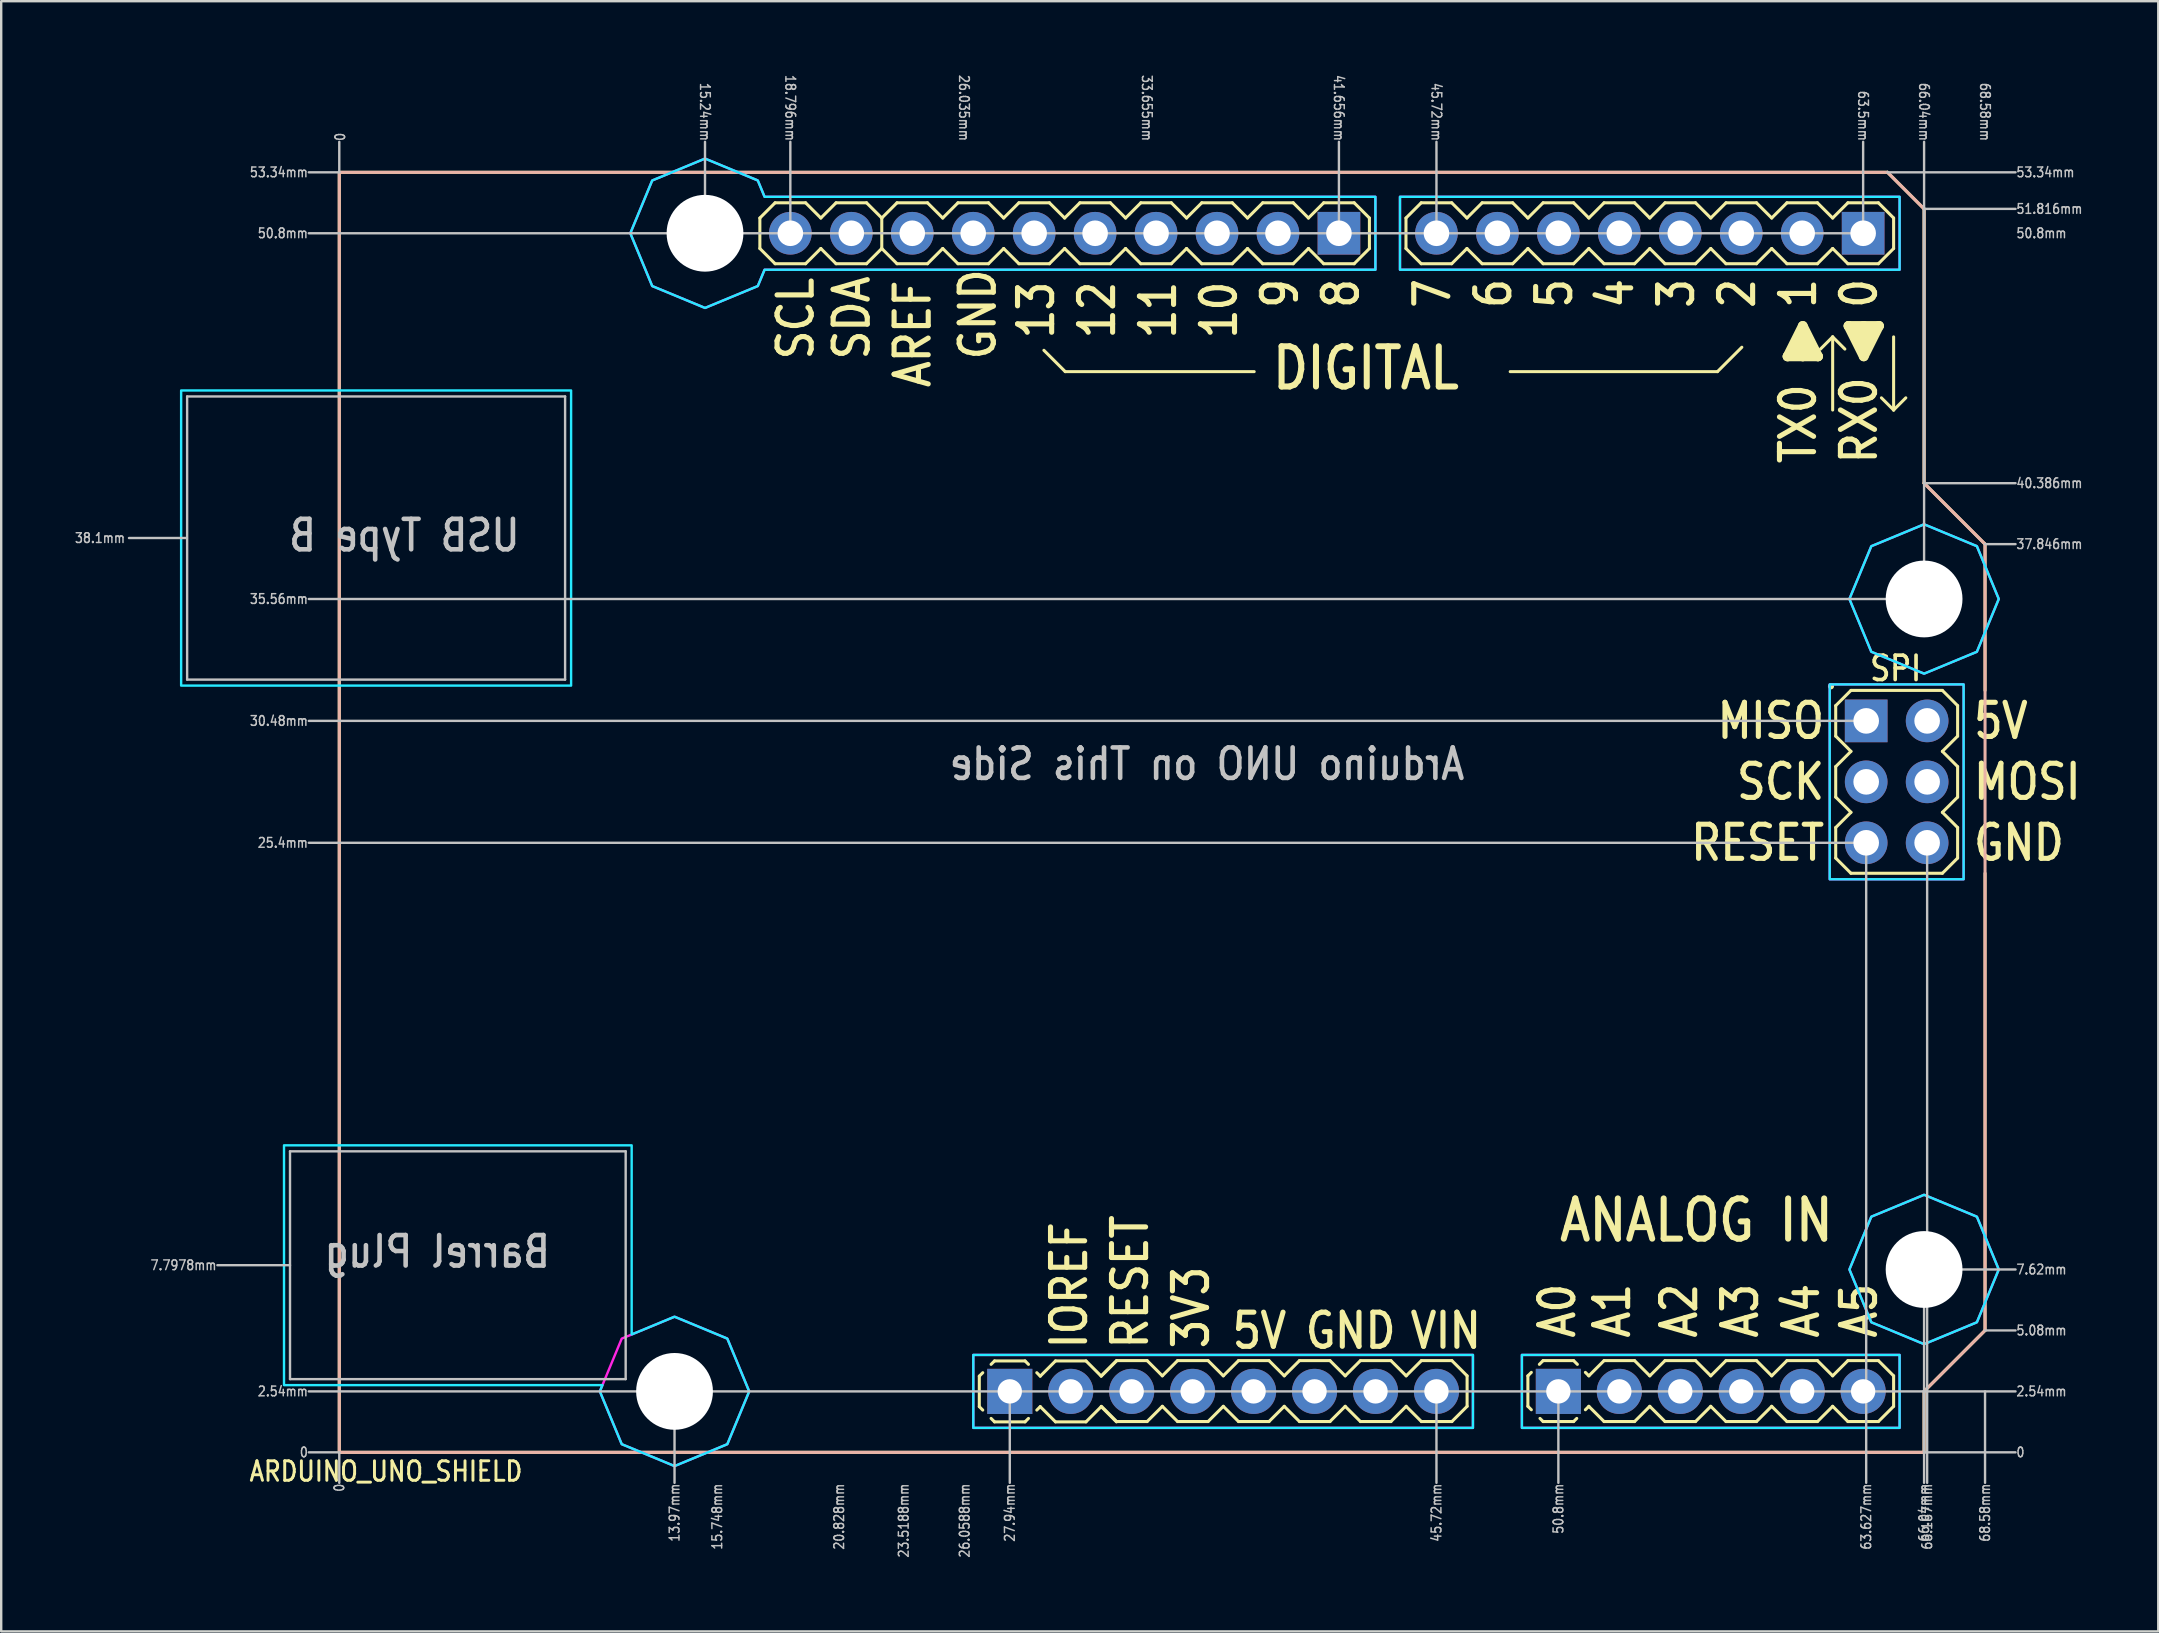
<source format=kicad_pcb>
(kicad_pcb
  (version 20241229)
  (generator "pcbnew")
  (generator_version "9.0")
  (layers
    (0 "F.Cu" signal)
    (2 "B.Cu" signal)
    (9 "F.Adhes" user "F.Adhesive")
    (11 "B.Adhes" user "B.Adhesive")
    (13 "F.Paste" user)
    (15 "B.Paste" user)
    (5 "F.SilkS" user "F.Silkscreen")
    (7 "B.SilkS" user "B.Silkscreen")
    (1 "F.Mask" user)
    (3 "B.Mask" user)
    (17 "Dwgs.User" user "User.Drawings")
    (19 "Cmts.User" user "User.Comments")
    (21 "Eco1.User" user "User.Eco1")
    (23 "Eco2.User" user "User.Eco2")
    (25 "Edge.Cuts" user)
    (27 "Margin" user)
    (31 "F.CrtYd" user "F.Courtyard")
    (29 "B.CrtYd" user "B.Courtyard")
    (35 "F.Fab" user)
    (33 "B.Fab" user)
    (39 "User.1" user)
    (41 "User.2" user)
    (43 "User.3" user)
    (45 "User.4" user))
  (footprint "ARDUINO_UNO_SHIELD"
    (layer "F.Cu")
    (at 11.088 57.47)
    (property "Reference" "ARDUINO_UNO_SHIELD" (at -3.81 1.27 0) (unlocked yes) (layer "F.SilkS") (effects (font (size 0.813 0.695) (thickness 0.122)) (justify left bottom)))
    (fp_circle (center 13.97 -2.54) (end 16.82 -2.54) (stroke (width 0) (type solid)) (fill yes) (layer "F.Mask"))
    (fp_circle (center 13.97 -2.54) (end 16.82 -2.54) (stroke (width 0) (type solid)) (fill yes) (layer "F.Mask"))
    (fp_circle (center 15.24 -50.8) (end 18.09 -50.8) (stroke (width 0) (type solid)) (fill yes) (layer "F.Mask"))
    (fp_circle (center 15.24 -50.8) (end 18.09 -50.8) (stroke (width 0) (type solid)) (fill yes) (layer "F.Mask"))
    (fp_circle (center 66.04 -35.56) (end 68.89 -35.56) (stroke (width 0) (type solid)) (fill yes) (layer "F.Mask"))
    (fp_circle (center 66.04 -35.56) (end 68.89 -35.56) (stroke (width 0) (type solid)) (fill yes) (layer "F.Mask"))
    (fp_circle (center 66.04 -7.62) (end 68.89 -7.62) (stroke (width 0) (type solid)) (fill yes) (layer "F.Mask"))
    (fp_circle (center 66.04 -7.62) (end 68.89 -7.62) (stroke (width 0) (type solid)) (fill yes) (layer "F.Mask"))
    (fp_circle (center 13.97 -2.54) (end 16.82 -2.54) (stroke (width 0) (type solid)) (fill yes) (layer "B.Mask"))
    (fp_circle (center 15.24 -50.8) (end 18.09 -50.8) (stroke (width 0) (type solid)) (fill yes) (layer "B.Mask"))
    (fp_circle (center 66.04 -35.56) (end 68.89 -35.56) (stroke (width 0) (type solid)) (fill yes) (layer "B.Mask"))
    (fp_circle (center 66.04 -7.62) (end 68.89 -7.62) (stroke (width 0) (type solid)) (fill yes) (layer "B.Mask"))
    (fp_line (start 0 -53.34) (end 64.516 -53.34) (stroke (width 0.127) (type solid)) (layer "F.SilkS"))
    (fp_line (start 0 0) (end 0 -53.34) (stroke (width 0.127) (type solid)) (layer "F.SilkS"))
    (fp_line (start 17.526 -51.435) (end 17.526 -50.165) (stroke (width 0.127) (type solid)) (layer "F.SilkS"))
    (fp_line (start 17.526 -50.165) (end 18.161 -49.53) (stroke (width 0.127) (type solid)) (layer "F.SilkS"))
    (fp_line (start 18.161 -52.07) (end 17.526 -51.435) (stroke (width 0.127) (type solid)) (layer "F.SilkS"))
    (fp_line (start 18.161 -49.53) (end 19.431 -49.53) (stroke (width 0.127) (type solid)) (layer "F.SilkS"))
    (fp_line (start 19.431 -52.07) (end 18.161 -52.07) (stroke (width 0.127) (type solid)) (layer "F.SilkS"))
    (fp_line (start 19.431 -49.53) (end 20.066 -50.165) (stroke (width 0.127) (type solid)) (layer "F.SilkS"))
    (fp_line (start 20.066 -51.435) (end 19.431 -52.07) (stroke (width 0.127) (type solid)) (layer "F.SilkS"))
    (fp_line (start 20.066 -50.165) (end 20.701 -49.53) (stroke (width 0.127) (type solid)) (layer "F.SilkS"))
    (fp_line (start 20.701 -52.07) (end 20.066 -51.435) (stroke (width 0.127) (type solid)) (layer "F.SilkS"))
    (fp_line (start 20.701 -49.53) (end 21.971 -49.53) (stroke (width 0.127) (type solid)) (layer "F.SilkS"))
    (fp_line (start 21.971 -52.07) (end 20.701 -52.07) (stroke (width 0.127) (type solid)) (layer "F.SilkS"))
    (fp_line (start 21.971 -49.53) (end 22.606 -50.165) (stroke (width 0.127) (type solid)) (layer "F.SilkS"))
    (fp_line (start 22.606 -51.435) (end 21.971 -52.07) (stroke (width 0.127) (type solid)) (layer "F.SilkS"))
    (fp_line (start 22.606 -51.435) (end 22.606 -50.165) (stroke (width 0.127) (type solid)) (layer "F.SilkS"))
    (fp_line (start 22.606 -50.165) (end 23.241 -49.53) (stroke (width 0.127) (type solid)) (layer "F.SilkS"))
    (fp_line (start 23.241 -52.07) (end 22.606 -51.435) (stroke (width 0.127) (type solid)) (layer "F.SilkS"))
    (fp_line (start 23.241 -49.53) (end 24.511 -49.53) (stroke (width 0.127) (type solid)) (layer "F.SilkS"))
    (fp_line (start 24.511 -52.07) (end 23.241 -52.07) (stroke (width 0.127) (type solid)) (layer "F.SilkS"))
    (fp_line (start 24.511 -49.53) (end 25.146 -50.165) (stroke (width 0.127) (type solid)) (layer "F.SilkS"))
    (fp_line (start 25.146 -51.435) (end 24.511 -52.07) (stroke (width 0.127) (type solid)) (layer "F.SilkS"))
    (fp_line (start 25.146 -50.165) (end 25.781 -49.53) (stroke (width 0.127) (type solid)) (layer "F.SilkS"))
    (fp_line (start 25.781 -52.07) (end 25.146 -51.435) (stroke (width 0.127) (type solid)) (layer "F.SilkS"))
    (fp_line (start 25.781 -49.53) (end 27.051 -49.53) (stroke (width 0.127) (type solid)) (layer "F.SilkS"))
    (fp_line (start 26.67 -3.175) (end 26.67 -1.905) (stroke (width 0.127) (type solid)) (layer "F.SilkS"))
    (fp_line (start 26.67 -1.905) (end 26.814 -1.761) (stroke (width 0.127) (type solid)) (layer "F.SilkS"))
    (fp_line (start 26.814 -3.319) (end 26.67 -3.175) (stroke (width 0.127) (type solid)) (layer "F.SilkS"))
    (fp_line (start 27.051 -52.07) (end 25.781 -52.07) (stroke (width 0.127) (type solid)) (layer "F.SilkS"))
    (fp_line (start 27.051 -49.53) (end 27.686 -50.165) (stroke (width 0.127) (type solid)) (layer "F.SilkS"))
    (fp_line (start 27.161 -1.414) (end 27.305 -1.27) (stroke (width 0.127) (type solid)) (layer "F.SilkS"))
    (fp_line (start 27.305 -3.81) (end 27.161 -3.666) (stroke (width 0.127) (type solid)) (layer "F.SilkS"))
    (fp_line (start 27.305 -3.81) (end 28.575 -3.81) (stroke (width 0.127) (type solid)) (layer "F.SilkS"))
    (fp_line (start 27.686 -51.435) (end 27.051 -52.07) (stroke (width 0.127) (type solid)) (layer "F.SilkS"))
    (fp_line (start 27.686 -50.165) (end 28.321 -49.53) (stroke (width 0.127) (type solid)) (layer "F.SilkS"))
    (fp_line (start 28.321 -52.07) (end 27.686 -51.435) (stroke (width 0.127) (type solid)) (layer "F.SilkS"))
    (fp_line (start 28.321 -49.53) (end 29.591 -49.53) (stroke (width 0.127) (type solid)) (layer "F.SilkS"))
    (fp_line (start 28.575 -3.81) (end 28.719 -3.666) (stroke (width 0.127) (type solid)) (layer "F.SilkS"))
    (fp_line (start 28.575 -1.27) (end 27.305 -1.27) (stroke (width 0.127) (type solid)) (layer "F.SilkS"))
    (fp_line (start 28.719 -1.414) (end 28.575 -1.27) (stroke (width 0.127) (type solid)) (layer "F.SilkS"))
    (fp_line (start 29.066 -3.319) (end 29.21 -3.175) (stroke (width 0.127) (type solid)) (layer "F.SilkS"))
    (fp_line (start 29.21 -3.175) (end 29.845 -3.81) (stroke (width 0.127) (type solid)) (layer "F.SilkS"))
    (fp_line (start 29.21 -1.905) (end 29.066 -1.761) (stroke (width 0.127) (type solid)) (layer "F.SilkS"))
    (fp_line (start 29.591 -52.07) (end 28.321 -52.07) (stroke (width 0.127) (type solid)) (layer "F.SilkS"))
    (fp_line (start 29.591 -49.53) (end 30.226 -50.165) (stroke (width 0.127) (type solid)) (layer "F.SilkS"))
    (fp_line (start 29.845 -3.81) (end 31.115 -3.81) (stroke (width 0.127) (type solid)) (layer "F.SilkS"))
    (fp_line (start 29.845 -1.27) (end 29.21 -1.905) (stroke (width 0.127) (type solid)) (layer "F.SilkS"))
    (fp_line (start 30.226 -51.435) (end 29.591 -52.07) (stroke (width 0.127) (type solid)) (layer "F.SilkS"))
    (fp_line (start 30.226 -50.165) (end 30.861 -49.53) (stroke (width 0.127) (type solid)) (layer "F.SilkS"))
    (fp_line (start 30.251 -45.034) (end 29.362 -45.923) (stroke (width 0.127) (type solid)) (layer "F.SilkS"))
    (fp_line (start 30.861 -52.07) (end 30.226 -51.435) (stroke (width 0.127) (type solid)) (layer "F.SilkS"))
    (fp_line (start 30.861 -49.53) (end 32.131 -49.53) (stroke (width 0.127) (type solid)) (layer "F.SilkS"))
    (fp_line (start 31.115 -3.81) (end 31.75 -3.175) (stroke (width 0.127) (type solid)) (layer "F.SilkS"))
    (fp_line (start 31.115 -1.27) (end 29.845 -1.27) (stroke (width 0.127) (type solid)) (layer "F.SilkS"))
    (fp_line (start 31.75 -3.175) (end 32.385 -3.81) (stroke (width 0.127) (type solid)) (layer "F.SilkS"))
    (fp_line (start 31.75 -1.905) (end 31.115 -1.27) (stroke (width 0.127) (type solid)) (layer "F.SilkS"))
    (fp_line (start 31.757 -1.918) (end 32.392 -1.283) (stroke (width 0.127) (type solid)) (layer "F.SilkS"))
    (fp_line (start 32.131 -52.07) (end 30.861 -52.07) (stroke (width 0.127) (type solid)) (layer "F.SilkS"))
    (fp_line (start 32.131 -49.53) (end 32.766 -50.165) (stroke (width 0.127) (type solid)) (layer "F.SilkS"))
    (fp_line (start 32.385 -1.27) (end 31.75 -1.905) (stroke (width 0.127) (type solid)) (layer "F.SilkS"))
    (fp_line (start 32.392 -3.823) (end 31.757 -3.188) (stroke (width 0.127) (type solid)) (layer "F.SilkS"))
    (fp_line (start 32.392 -3.823) (end 33.662 -3.823) (stroke (width 0.127) (type solid)) (layer "F.SilkS"))
    (fp_line (start 32.766 -51.435) (end 32.131 -52.07) (stroke (width 0.127) (type solid)) (layer "F.SilkS"))
    (fp_line (start 32.766 -50.165) (end 33.401 -49.53) (stroke (width 0.127) (type solid)) (layer "F.SilkS"))
    (fp_line (start 33.401 -52.07) (end 32.766 -51.435) (stroke (width 0.127) (type solid)) (layer "F.SilkS"))
    (fp_line (start 33.401 -49.53) (end 34.671 -49.53) (stroke (width 0.127) (type solid)) (layer "F.SilkS"))
    (fp_line (start 33.662 -3.823) (end 34.297 -3.188) (stroke (width 0.127) (type solid)) (layer "F.SilkS"))
    (fp_line (start 33.662 -1.283) (end 32.392 -1.283) (stroke (width 0.127) (type solid)) (layer "F.SilkS"))
    (fp_line (start 34.297 -3.188) (end 34.932 -3.823) (stroke (width 0.127) (type solid)) (layer "F.SilkS"))
    (fp_line (start 34.297 -1.918) (end 33.662 -1.283) (stroke (width 0.127) (type solid)) (layer "F.SilkS"))
    (fp_line (start 34.671 -52.07) (end 33.401 -52.07) (stroke (width 0.127) (type solid)) (layer "F.SilkS"))
    (fp_line (start 34.671 -49.53) (end 35.306 -50.165) (stroke (width 0.127) (type solid)) (layer "F.SilkS"))
    (fp_line (start 34.932 -3.823) (end 36.202 -3.823) (stroke (width 0.127) (type solid)) (layer "F.SilkS"))
    (fp_line (start 34.932 -1.283) (end 34.297 -1.918) (stroke (width 0.127) (type solid)) (layer "F.SilkS"))
    (fp_line (start 35.306 -51.435) (end 34.671 -52.07) (stroke (width 0.127) (type solid)) (layer "F.SilkS"))
    (fp_line (start 35.306 -50.165) (end 35.941 -49.53) (stroke (width 0.127) (type solid)) (layer "F.SilkS"))
    (fp_line (start 35.941 -52.07) (end 35.306 -51.435) (stroke (width 0.127) (type solid)) (layer "F.SilkS"))
    (fp_line (start 35.941 -49.53) (end 37.211 -49.53) (stroke (width 0.127) (type solid)) (layer "F.SilkS"))
    (fp_line (start 36.202 -3.823) (end 36.837 -3.188) (stroke (width 0.127) (type solid)) (layer "F.SilkS"))
    (fp_line (start 36.202 -1.283) (end 34.932 -1.283) (stroke (width 0.127) (type solid)) (layer "F.SilkS"))
    (fp_line (start 36.837 -3.188) (end 37.472 -3.823) (stroke (width 0.127) (type solid)) (layer "F.SilkS"))
    (fp_line (start 36.837 -1.918) (end 36.202 -1.283) (stroke (width 0.127) (type solid)) (layer "F.SilkS"))
    (fp_line (start 37.211 -52.07) (end 35.941 -52.07) (stroke (width 0.127) (type solid)) (layer "F.SilkS"))
    (fp_line (start 37.211 -49.53) (end 37.846 -50.165) (stroke (width 0.127) (type solid)) (layer "F.SilkS"))
    (fp_line (start 37.472 -3.823) (end 38.742 -3.823) (stroke (width 0.127) (type solid)) (layer "F.SilkS"))
    (fp_line (start 37.472 -1.283) (end 36.837 -1.918) (stroke (width 0.127) (type solid)) (layer "F.SilkS"))
    (fp_line (start 37.846 -51.435) (end 37.211 -52.07) (stroke (width 0.127) (type solid)) (layer "F.SilkS"))
    (fp_line (start 37.846 -50.165) (end 38.481 -49.53) (stroke (width 0.127) (type solid)) (layer "F.SilkS"))
    (fp_line (start 38.125 -45.034) (end 30.251 -45.034) (stroke (width 0.127) (type solid)) (layer "F.SilkS"))
    (fp_line (start 38.481 -52.07) (end 37.846 -51.435) (stroke (width 0.127) (type solid)) (layer "F.SilkS"))
    (fp_line (start 38.481 -49.53) (end 39.751 -49.53) (stroke (width 0.127) (type solid)) (layer "F.SilkS"))
    (fp_line (start 38.742 -3.823) (end 39.377 -3.188) (stroke (width 0.127) (type solid)) (layer "F.SilkS"))
    (fp_line (start 38.742 -1.283) (end 37.472 -1.283) (stroke (width 0.127) (type solid)) (layer "F.SilkS"))
    (fp_line (start 39.377 -1.918) (end 38.742 -1.283) (stroke (width 0.127) (type solid)) (layer "F.SilkS"))
    (fp_line (start 39.377 -1.918) (end 40.012 -1.283) (stroke (width 0.127) (type solid)) (layer "F.SilkS"))
    (fp_line (start 39.751 -52.07) (end 38.481 -52.07) (stroke (width 0.127) (type solid)) (layer "F.SilkS"))
    (fp_line (start 39.751 -49.53) (end 40.386 -50.165) (stroke (width 0.127) (type solid)) (layer "F.SilkS"))
    (fp_line (start 40.012 -3.823) (end 39.377 -3.188) (stroke (width 0.127) (type solid)) (layer "F.SilkS"))
    (fp_line (start 40.012 -3.823) (end 41.282 -3.823) (stroke (width 0.127) (type solid)) (layer "F.SilkS"))
    (fp_line (start 40.386 -51.435) (end 39.751 -52.07) (stroke (width 0.127) (type solid)) (layer "F.SilkS"))
    (fp_line (start 40.386 -50.165) (end 41.021 -49.53) (stroke (width 0.127) (type solid)) (layer "F.SilkS"))
    (fp_line (start 41.021 -52.07) (end 40.386 -51.435) (stroke (width 0.127) (type solid)) (layer "F.SilkS"))
    (fp_line (start 41.021 -49.53) (end 42.291 -49.53) (stroke (width 0.127) (type solid)) (layer "F.SilkS"))
    (fp_line (start 41.282 -3.823) (end 41.917 -3.188) (stroke (width 0.127) (type solid)) (layer "F.SilkS"))
    (fp_line (start 41.282 -1.283) (end 40.012 -1.283) (stroke (width 0.127) (type solid)) (layer "F.SilkS"))
    (fp_line (start 41.917 -3.188) (end 42.552 -3.823) (stroke (width 0.127) (type solid)) (layer "F.SilkS"))
    (fp_line (start 41.917 -1.918) (end 41.282 -1.283) (stroke (width 0.127) (type solid)) (layer "F.SilkS"))
    (fp_line (start 42.291 -52.07) (end 41.021 -52.07) (stroke (width 0.127) (type solid)) (layer "F.SilkS"))
    (fp_line (start 42.291 -49.53) (end 42.926 -50.165) (stroke (width 0.127) (type solid)) (layer "F.SilkS"))
    (fp_line (start 42.552 -3.823) (end 43.822 -3.823) (stroke (width 0.127) (type solid)) (layer "F.SilkS"))
    (fp_line (start 42.552 -1.283) (end 41.917 -1.918) (stroke (width 0.127) (type solid)) (layer "F.SilkS"))
    (fp_line (start 42.926 -51.435) (end 42.291 -52.07) (stroke (width 0.127) (type solid)) (layer "F.SilkS"))
    (fp_line (start 42.926 -50.165) (end 42.926 -51.435) (stroke (width 0.127) (type solid)) (layer "F.SilkS"))
    (fp_line (start 43.822 -3.823) (end 44.457 -3.188) (stroke (width 0.127) (type solid)) (layer "F.SilkS"))
    (fp_line (start 43.822 -1.283) (end 42.552 -1.283) (stroke (width 0.127) (type solid)) (layer "F.SilkS"))
    (fp_line (start 44.45 -51.435) (end 44.45 -50.165) (stroke (width 0.127) (type solid)) (layer "F.SilkS"))
    (fp_line (start 44.45 -50.165) (end 45.085 -49.53) (stroke (width 0.127) (type solid)) (layer "F.SilkS"))
    (fp_line (start 44.457 -3.188) (end 45.092 -3.823) (stroke (width 0.127) (type solid)) (layer "F.SilkS"))
    (fp_line (start 44.457 -1.918) (end 43.822 -1.283) (stroke (width 0.127) (type solid)) (layer "F.SilkS"))
    (fp_line (start 45.085 -52.07) (end 44.45 -51.435) (stroke (width 0.127) (type solid)) (layer "F.SilkS"))
    (fp_line (start 45.085 -49.53) (end 46.355 -49.53) (stroke (width 0.127) (type solid)) (layer "F.SilkS"))
    (fp_line (start 45.092 -3.823) (end 46.362 -3.823) (stroke (width 0.127) (type solid)) (layer "F.SilkS"))
    (fp_line (start 45.092 -1.283) (end 44.457 -1.918) (stroke (width 0.127) (type solid)) (layer "F.SilkS"))
    (fp_line (start 46.355 -52.07) (end 45.085 -52.07) (stroke (width 0.127) (type solid)) (layer "F.SilkS"))
    (fp_line (start 46.355 -49.53) (end 46.99 -50.165) (stroke (width 0.127) (type solid)) (layer "F.SilkS"))
    (fp_line (start 46.362 -3.823) (end 46.997 -3.188) (stroke (width 0.127) (type solid)) (layer "F.SilkS"))
    (fp_line (start 46.362 -1.283) (end 45.092 -1.283) (stroke (width 0.127) (type solid)) (layer "F.SilkS"))
    (fp_line (start 46.99 -51.435) (end 46.355 -52.07) (stroke (width 0.127) (type solid)) (layer "F.SilkS"))
    (fp_line (start 46.99 -50.165) (end 47.625 -49.53) (stroke (width 0.127) (type solid)) (layer "F.SilkS"))
    (fp_line (start 46.997 -3.188) (end 46.997 -1.918) (stroke (width 0.127) (type solid)) (layer "F.SilkS"))
    (fp_line (start 46.997 -1.918) (end 46.362 -1.283) (stroke (width 0.127) (type solid)) (layer "F.SilkS"))
    (fp_line (start 47.625 -52.07) (end 46.99 -51.435) (stroke (width 0.127) (type solid)) (layer "F.SilkS"))
    (fp_line (start 47.625 -49.53) (end 48.895 -49.53) (stroke (width 0.127) (type solid)) (layer "F.SilkS"))
    (fp_line (start 48.793 -45.034) (end 57.429 -45.034) (stroke (width 0.127) (type solid)) (layer "F.SilkS"))
    (fp_line (start 48.895 -52.07) (end 47.625 -52.07) (stroke (width 0.127) (type solid)) (layer "F.SilkS"))
    (fp_line (start 48.895 -49.53) (end 49.53 -50.165) (stroke (width 0.127) (type solid)) (layer "F.SilkS"))
    (fp_line (start 49.53 -51.435) (end 48.895 -52.07) (stroke (width 0.127) (type solid)) (layer "F.SilkS"))
    (fp_line (start 49.53 -50.165) (end 50.165 -49.53) (stroke (width 0.127) (type solid)) (layer "F.SilkS"))
    (fp_line (start 49.53 -3.188) (end 49.53 -1.918) (stroke (width 0.127) (type solid)) (layer "F.SilkS"))
    (fp_line (start 49.53 -1.918) (end 49.674 -1.774) (stroke (width 0.127) (type solid)) (layer "F.SilkS"))
    (fp_line (start 49.674 -3.332) (end 49.53 -3.188) (stroke (width 0.127) (type solid)) (layer "F.SilkS"))
    (fp_line (start 50.034 -1.414) (end 50.165 -1.283) (stroke (width 0.127) (type solid)) (layer "F.SilkS"))
    (fp_line (start 50.165 -52.07) (end 49.53 -51.435) (stroke (width 0.127) (type solid)) (layer "F.SilkS"))
    (fp_line (start 50.165 -49.53) (end 51.435 -49.53) (stroke (width 0.127) (type solid)) (layer "F.SilkS"))
    (fp_line (start 50.165 -3.823) (end 50.008 -3.666) (stroke (width 0.127) (type solid)) (layer "F.SilkS"))
    (fp_line (start 50.165 -3.823) (end 51.435 -3.823) (stroke (width 0.127) (type solid)) (layer "F.SilkS"))
    (fp_line (start 51.435 -52.07) (end 50.165 -52.07) (stroke (width 0.127) (type solid)) (layer "F.SilkS"))
    (fp_line (start 51.435 -49.53) (end 52.07 -50.165) (stroke (width 0.127) (type solid)) (layer "F.SilkS"))
    (fp_line (start 51.435 -3.823) (end 51.592 -3.666) (stroke (width 0.127) (type solid)) (layer "F.SilkS"))
    (fp_line (start 51.435 -1.283) (end 50.165 -1.283) (stroke (width 0.127) (type solid)) (layer "F.SilkS"))
    (fp_line (start 51.566 -1.414) (end 51.435 -1.283) (stroke (width 0.127) (type solid)) (layer "F.SilkS"))
    (fp_line (start 51.926 -3.332) (end 52.07 -3.188) (stroke (width 0.127) (type solid)) (layer "F.SilkS"))
    (fp_line (start 52.07 -51.435) (end 51.435 -52.07) (stroke (width 0.127) (type solid)) (layer "F.SilkS"))
    (fp_line (start 52.07 -50.165) (end 52.705 -49.53) (stroke (width 0.127) (type solid)) (layer "F.SilkS"))
    (fp_line (start 52.07 -3.188) (end 52.705 -3.823) (stroke (width 0.127) (type solid)) (layer "F.SilkS"))
    (fp_line (start 52.07 -1.918) (end 51.926 -1.774) (stroke (width 0.127) (type solid)) (layer "F.SilkS"))
    (fp_line (start 52.705 -52.07) (end 52.07 -51.435) (stroke (width 0.127) (type solid)) (layer "F.SilkS"))
    (fp_line (start 52.705 -49.53) (end 53.975 -49.53) (stroke (width 0.127) (type solid)) (layer "F.SilkS"))
    (fp_line (start 52.705 -3.823) (end 53.975 -3.823) (stroke (width 0.127) (type solid)) (layer "F.SilkS"))
    (fp_line (start 52.705 -1.283) (end 52.07 -1.918) (stroke (width 0.127) (type solid)) (layer "F.SilkS"))
    (fp_line (start 53.975 -52.07) (end 52.705 -52.07) (stroke (width 0.127) (type solid)) (layer "F.SilkS"))
    (fp_line (start 53.975 -49.53) (end 54.61 -50.165) (stroke (width 0.127) (type solid)) (layer "F.SilkS"))
    (fp_line (start 53.975 -3.823) (end 54.61 -3.188) (stroke (width 0.127) (type solid)) (layer "F.SilkS"))
    (fp_line (start 53.975 -1.283) (end 52.705 -1.283) (stroke (width 0.127) (type solid)) (layer "F.SilkS"))
    (fp_line (start 54.61 -51.435) (end 53.975 -52.07) (stroke (width 0.127) (type solid)) (layer "F.SilkS"))
    (fp_line (start 54.61 -50.165) (end 55.245 -49.53) (stroke (width 0.127) (type solid)) (layer "F.SilkS"))
    (fp_line (start 54.61 -3.188) (end 55.245 -3.823) (stroke (width 0.127) (type solid)) (layer "F.SilkS"))
    (fp_line (start 54.61 -1.918) (end 53.975 -1.283) (stroke (width 0.127) (type solid)) (layer "F.SilkS"))
    (fp_line (start 55.245 -52.07) (end 54.61 -51.435) (stroke (width 0.127) (type solid)) (layer "F.SilkS"))
    (fp_line (start 55.245 -49.53) (end 56.515 -49.53) (stroke (width 0.127) (type solid)) (layer "F.SilkS"))
    (fp_line (start 55.245 -3.823) (end 56.515 -3.823) (stroke (width 0.127) (type solid)) (layer "F.SilkS"))
    (fp_line (start 55.245 -1.283) (end 54.61 -1.918) (stroke (width 0.127) (type solid)) (layer "F.SilkS"))
    (fp_line (start 56.515 -52.07) (end 55.245 -52.07) (stroke (width 0.127) (type solid)) (layer "F.SilkS"))
    (fp_line (start 56.515 -49.53) (end 57.15 -50.165) (stroke (width 0.127) (type solid)) (layer "F.SilkS"))
    (fp_line (start 56.515 -3.823) (end 57.15 -3.188) (stroke (width 0.127) (type solid)) (layer "F.SilkS"))
    (fp_line (start 56.515 -1.283) (end 55.245 -1.283) (stroke (width 0.127) (type solid)) (layer "F.SilkS"))
    (fp_line (start 57.15 -51.435) (end 56.515 -52.07) (stroke (width 0.127) (type solid)) (layer "F.SilkS"))
    (fp_line (start 57.15 -50.165) (end 57.785 -49.53) (stroke (width 0.127) (type solid)) (layer "F.SilkS"))
    (fp_line (start 57.15 -1.918) (end 56.515 -1.283) (stroke (width 0.127) (type solid)) (layer "F.SilkS"))
    (fp_line (start 57.15 -1.918) (end 57.785 -1.283) (stroke (width 0.127) (type solid)) (layer "F.SilkS"))
    (fp_line (start 57.429 -45.034) (end 58.445 -46.05) (stroke (width 0.127) (type solid)) (layer "F.SilkS"))
    (fp_line (start 57.785 -52.07) (end 57.15 -51.435) (stroke (width 0.127) (type solid)) (layer "F.SilkS"))
    (fp_line (start 57.785 -49.53) (end 59.055 -49.53) (stroke (width 0.127) (type solid)) (layer "F.SilkS"))
    (fp_line (start 57.785 -3.823) (end 57.15 -3.188) (stroke (width 0.127) (type solid)) (layer "F.SilkS"))
    (fp_line (start 57.785 -3.823) (end 59.055 -3.823) (stroke (width 0.127) (type solid)) (layer "F.SilkS"))
    (fp_line (start 59.055 -52.07) (end 57.785 -52.07) (stroke (width 0.127) (type solid)) (layer "F.SilkS"))
    (fp_line (start 59.055 -49.53) (end 59.69 -50.165) (stroke (width 0.127) (type solid)) (layer "F.SilkS"))
    (fp_line (start 59.055 -3.823) (end 59.69 -3.188) (stroke (width 0.127) (type solid)) (layer "F.SilkS"))
    (fp_line (start 59.055 -1.283) (end 57.785 -1.283) (stroke (width 0.127) (type solid)) (layer "F.SilkS"))
    (fp_line (start 59.69 -51.435) (end 59.055 -52.07) (stroke (width 0.127) (type solid)) (layer "F.SilkS"))
    (fp_line (start 59.69 -50.165) (end 60.325 -49.53) (stroke (width 0.127) (type solid)) (layer "F.SilkS"))
    (fp_line (start 59.69 -3.188) (end 60.325 -3.823) (stroke (width 0.127) (type solid)) (layer "F.SilkS"))
    (fp_line (start 59.69 -1.918) (end 59.055 -1.283) (stroke (width 0.127) (type solid)) (layer "F.SilkS"))
    (fp_line (start 60.325 -52.07) (end 59.69 -51.435) (stroke (width 0.127) (type solid)) (layer "F.SilkS"))
    (fp_line (start 60.325 -49.53) (end 61.595 -49.53) (stroke (width 0.127) (type solid)) (layer "F.SilkS"))
    (fp_line (start 60.325 -3.823) (end 61.595 -3.823) (stroke (width 0.127) (type solid)) (layer "F.SilkS"))
    (fp_line (start 60.325 -1.283) (end 59.69 -1.918) (stroke (width 0.127) (type solid)) (layer "F.SilkS"))
    (fp_line (start 60.35 -45.669) (end 60.985 -46.939) (stroke (width 0.406) (type solid)) (layer "F.SilkS"))
    (fp_line (start 60.35 -45.669) (end 60.985 -46.304) (stroke (width 0.406) (type solid)) (layer "F.SilkS"))
    (fp_line (start 60.985 -46.939) (end 61.62 -45.669) (stroke (width 0.406) (type solid)) (layer "F.SilkS"))
    (fp_line (start 60.985 -46.304) (end 60.985 -45.669) (stroke (width 0.406) (type solid)) (layer "F.SilkS"))
    (fp_line (start 60.985 -45.669) (end 60.35 -45.669) (stroke (width 0.406) (type solid)) (layer "F.SilkS"))
    (fp_line (start 60.985 -45.669) (end 61.62 -45.669) (stroke (width 0.406) (type solid)) (layer "F.SilkS"))
    (fp_line (start 61.595 -52.07) (end 60.325 -52.07) (stroke (width 0.127) (type solid)) (layer "F.SilkS"))
    (fp_line (start 61.595 -49.53) (end 62.23 -50.165) (stroke (width 0.127) (type solid)) (layer "F.SilkS"))
    (fp_line (start 61.595 -3.823) (end 62.23 -3.188) (stroke (width 0.127) (type solid)) (layer "F.SilkS"))
    (fp_line (start 61.595 -1.283) (end 60.325 -1.283) (stroke (width 0.127) (type solid)) (layer "F.SilkS"))
    (fp_line (start 61.62 -45.669) (end 60.985 -46.304) (stroke (width 0.406) (type solid)) (layer "F.SilkS"))
    (fp_line (start 62.23 -51.435) (end 61.595 -52.07) (stroke (width 0.127) (type solid)) (layer "F.SilkS"))
    (fp_line (start 62.23 -50.165) (end 62.865 -49.53) (stroke (width 0.127) (type solid)) (layer "F.SilkS"))
    (fp_line (start 62.23 -46.482) (end 61.722 -45.974) (stroke (width 0.127) (type solid)) (layer "F.SilkS"))
    (fp_line (start 62.23 -46.482) (end 62.738 -45.974) (stroke (width 0.127) (type solid)) (layer "F.SilkS"))
    (fp_line (start 62.23 -43.434) (end 62.23 -46.482) (stroke (width 0.127) (type solid)) (layer "F.SilkS"))
    (fp_line (start 62.23 -3.188) (end 62.865 -3.823) (stroke (width 0.127) (type solid)) (layer "F.SilkS"))
    (fp_line (start 62.23 -1.918) (end 61.595 -1.283) (stroke (width 0.127) (type solid)) (layer "F.SilkS"))
    (fp_line (start 62.357 -31.115) (end 62.357 -29.845) (stroke (width 0.127) (type solid)) (layer "F.SilkS"))
    (fp_line (start 62.357 -29.845) (end 62.992 -29.21) (stroke (width 0.127) (type solid)) (layer "F.SilkS"))
    (fp_line (start 62.357 -28.575) (end 62.357 -27.305) (stroke (width 0.127) (type solid)) (layer "F.SilkS"))
    (fp_line (start 62.357 -27.305) (end 62.992 -26.67) (stroke (width 0.127) (type solid)) (layer "F.SilkS"))
    (fp_line (start 62.357 -26.035) (end 62.357 -24.765) (stroke (width 0.127) (type solid)) (layer "F.SilkS"))
    (fp_line (start 62.357 -24.765) (end 62.992 -24.13) (stroke (width 0.127) (type solid)) (layer "F.SilkS"))
    (fp_line (start 62.865 -52.07) (end 62.23 -51.435) (stroke (width 0.127) (type solid)) (layer "F.SilkS"))
    (fp_line (start 62.865 -49.53) (end 64.135 -49.53) (stroke (width 0.127) (type solid)) (layer "F.SilkS"))
    (fp_line (start 62.865 -3.823) (end 64.135 -3.823) (stroke (width 0.127) (type solid)) (layer "F.SilkS"))
    (fp_line (start 62.865 -1.283) (end 62.23 -1.918) (stroke (width 0.127) (type solid)) (layer "F.SilkS"))
    (fp_line (start 62.89 -46.939) (end 63.525 -46.939) (stroke (width 0.406) (type solid)) (layer "F.SilkS"))
    (fp_line (start 62.89 -46.939) (end 63.525 -46.304) (stroke (width 0.406) (type solid)) (layer "F.SilkS"))
    (fp_line (start 62.992 -31.75) (end 62.357 -31.115) (stroke (width 0.127) (type solid)) (layer "F.SilkS"))
    (fp_line (start 62.992 -29.21) (end 62.357 -28.575) (stroke (width 0.127) (type solid)) (layer "F.SilkS"))
    (fp_line (start 62.992 -26.67) (end 62.357 -26.035) (stroke (width 0.127) (type solid)) (layer "F.SilkS"))
    (fp_line (start 62.992 -24.13) (end 66.802 -24.13) (stroke (width 0.127) (type solid)) (layer "F.SilkS"))
    (fp_line (start 63.525 -46.939) (end 63.525 -46.304) (stroke (width 0.406) (type solid)) (layer "F.SilkS"))
    (fp_line (start 63.525 -46.304) (end 64.16 -46.939) (stroke (width 0.406) (type solid)) (layer "F.SilkS"))
    (fp_line (start 63.525 -45.669) (end 62.89 -46.939) (stroke (width 0.406) (type solid)) (layer "F.SilkS"))
    (fp_line (start 64.135 -52.07) (end 62.865 -52.07) (stroke (width 0.127) (type solid)) (layer "F.SilkS"))
    (fp_line (start 64.135 -49.53) (end 64.77 -50.165) (stroke (width 0.127) (type solid)) (layer "F.SilkS"))
    (fp_line (start 64.135 -3.823) (end 64.77 -3.188) (stroke (width 0.127) (type solid)) (layer "F.SilkS"))
    (fp_line (start 64.135 -1.283) (end 62.865 -1.283) (stroke (width 0.127) (type solid)) (layer "F.SilkS"))
    (fp_line (start 64.16 -46.939) (end 63.525 -46.939) (stroke (width 0.406) (type solid)) (layer "F.SilkS"))
    (fp_line (start 64.16 -46.939) (end 63.525 -45.669) (stroke (width 0.406) (type solid)) (layer "F.SilkS"))
    (fp_line (start 64.516 -53.34) (end 66.04 -51.816) (stroke (width 0.127) (type solid)) (layer "F.SilkS"))
    (fp_line (start 64.77 -51.435) (end 64.135 -52.07) (stroke (width 0.127) (type solid)) (layer "F.SilkS"))
    (fp_line (start 64.77 -50.165) (end 64.77 -51.435) (stroke (width 0.127) (type solid)) (layer "F.SilkS"))
    (fp_line (start 64.77 -46.482) (end 64.77 -43.434) (stroke (width 0.127) (type solid)) (layer "F.SilkS"))
    (fp_line (start 64.77 -43.434) (end 64.262 -43.942) (stroke (width 0.127) (type solid)) (layer "F.SilkS"))
    (fp_line (start 64.77 -43.434) (end 65.278 -43.942) (stroke (width 0.127) (type solid)) (layer "F.SilkS"))
    (fp_line (start 64.77 -3.188) (end 64.77 -1.918) (stroke (width 0.127) (type solid)) (layer "F.SilkS"))
    (fp_line (start 64.77 -1.918) (end 64.135 -1.283) (stroke (width 0.127) (type solid)) (layer "F.SilkS"))
    (fp_line (start 66.04 -51.816) (end 66.04 -40.386) (stroke (width 0.127) (type solid)) (layer "F.SilkS"))
    (fp_line (start 66.04 -40.386) (end 68.58 -37.846) (stroke (width 0.127) (type solid)) (layer "F.SilkS"))
    (fp_line (start 66.04 -2.54) (end 66.04 0) (stroke (width 0.127) (type solid)) (layer "F.SilkS"))
    (fp_line (start 66.04 0) (end 0 0) (stroke (width 0.127) (type solid)) (layer "F.SilkS"))
    (fp_line (start 66.802 -31.75) (end 62.992 -31.75) (stroke (width 0.127) (type solid)) (layer "F.SilkS"))
    (fp_line (start 66.802 -29.21) (end 67.437 -29.845) (stroke (width 0.127) (type solid)) (layer "F.SilkS"))
    (fp_line (start 66.802 -26.67) (end 67.437 -27.305) (stroke (width 0.127) (type solid)) (layer "F.SilkS"))
    (fp_line (start 66.802 -24.13) (end 67.437 -24.765) (stroke (width 0.127) (type solid)) (layer "F.SilkS"))
    (fp_line (start 67.437 -31.115) (end 66.802 -31.75) (stroke (width 0.127) (type solid)) (layer "F.SilkS"))
    (fp_line (start 67.437 -29.845) (end 67.437 -31.115) (stroke (width 0.127) (type solid)) (layer "F.SilkS"))
    (fp_line (start 67.437 -28.575) (end 66.802 -29.21) (stroke (width 0.127) (type solid)) (layer "F.SilkS"))
    (fp_line (start 67.437 -27.305) (end 67.437 -28.575) (stroke (width 0.127) (type solid)) (layer "F.SilkS"))
    (fp_line (start 67.437 -26.035) (end 66.802 -26.67) (stroke (width 0.127) (type solid)) (layer "F.SilkS"))
    (fp_line (start 67.437 -24.765) (end 67.437 -26.035) (stroke (width 0.127) (type solid)) (layer "F.SilkS"))
    (fp_line (start 68.58 -37.846) (end 68.58 -31.75) (stroke (width 0.127) (type solid)) (layer "F.SilkS"))
    (fp_line (start 68.58 -24.13) (end 68.58 -5.08) (stroke (width 0.127) (type solid)) (layer "F.SilkS"))
    (fp_line (start 68.58 -5.08) (end 66.04 -2.54) (stroke (width 0.127) (type solid)) (layer "F.SilkS"))
    (fp_circle (center 62.16 -31.92) (end 62.16 -31.92) (stroke (width 0.127) (type solid)) (fill no) (layer "F.SilkS"))
    (fp_line (start 0 -53.34) (end 64.516 -53.34) (stroke (width 0.127) (type solid)) (layer "B.SilkS"))
    (fp_line (start 0 0) (end 0 -53.34) (stroke (width 0.127) (type solid)) (layer "B.SilkS"))
    (fp_line (start 64.516 -53.34) (end 66.04 -51.816) (stroke (width 0.127) (type solid)) (layer "B.SilkS"))
    (fp_line (start 66.04 -51.816) (end 66.04 -40.386) (stroke (width 0.127) (type solid)) (layer "B.SilkS"))
    (fp_line (start 66.04 -40.386) (end 68.58 -37.846) (stroke (width 0.127) (type solid)) (layer "B.SilkS"))
    (fp_line (start 66.04 -2.54) (end 66.04 0) (stroke (width 0.127) (type solid)) (layer "B.SilkS"))
    (fp_line (start 66.04 0) (end 0 0) (stroke (width 0.127) (type solid)) (layer "B.SilkS"))
    (fp_line (start 68.58 -37.846) (end 68.58 -5.08) (stroke (width 0.127) (type solid)) (layer "B.SilkS"))
    (fp_line (start 68.58 -5.08) (end 66.04 -2.54) (stroke (width 0.127) (type solid)) (layer "B.SilkS"))
    (fp_line (start -6.35 -38.1) (end -8.763 -38.1) (stroke (width 0.1) (type solid)) (layer "Dwgs.User"))
    (fp_line (start -6.34 -44) (end -6.34 -32.2) (stroke (width 0.1) (type solid)) (layer "Dwgs.User"))
    (fp_line (start -6.34 -32.2) (end 9.41 -32.2) (stroke (width 0.1) (type solid)) (layer "Dwgs.User"))
    (fp_line (start -2.053 -12.544) (end 11.934 -12.544) (stroke (width 0.1) (type solid)) (layer "Dwgs.User"))
    (fp_line (start -2.053 -7.798) (end -5.08 -7.798) (stroke (width 0.1) (type solid)) (layer "Dwgs.User"))
    (fp_line (start -2.053 -3.052) (end -2.053 -12.544) (stroke (width 0.1) (type solid)) (layer "Dwgs.User"))
    (fp_line (start 0 -53.34) (end -1.27 -53.34) (stroke (width 0.1) (type solid)) (layer "Dwgs.User"))
    (fp_line (start 0 -53.34) (end 0 -54.61) (stroke (width 0.1) (type solid)) (layer "Dwgs.User"))
    (fp_line (start 0 0) (end -1.27 0) (stroke (width 0.1) (type solid)) (layer "Dwgs.User"))
    (fp_line (start 0 0) (end 0 1.27) (stroke (width 0.1) (type solid)) (layer "Dwgs.User"))
    (fp_line (start 9.41 -44) (end -6.34 -44) (stroke (width 0.1) (type solid)) (layer "Dwgs.User"))
    (fp_line (start 9.41 -32.2) (end 9.41 -44) (stroke (width 0.1) (type solid)) (layer "Dwgs.User"))
    (fp_line (start 11.934 -12.544) (end 11.934 -3.052) (stroke (width 0.1) (type solid)) (layer "Dwgs.User"))
    (fp_line (start 11.934 -3.052) (end -2.053 -3.052) (stroke (width 0.1) (type solid)) (layer "Dwgs.User"))
    (fp_line (start 13.97 -2.54) (end -1.27 -2.54) (stroke (width 0.1) (type solid)) (layer "Dwgs.User"))
    (fp_line (start 13.97 -2.54) (end 13.97 1.27) (stroke (width 0.1) (type solid)) (layer "Dwgs.User"))
    (fp_line (start 13.97 -2.54) (end 69.85 -2.54) (stroke (width 0.1) (type solid)) (layer "Dwgs.User"))
    (fp_line (start 15.24 -50.8) (end -1.27 -50.8) (stroke (width 0.1) (type solid)) (layer "Dwgs.User"))
    (fp_line (start 15.24 -50.8) (end 15.24 -54.61) (stroke (width 0.1) (type solid)) (layer "Dwgs.User"))
    (fp_line (start 18.796 -50.8) (end 15.24 -50.8) (stroke (width 0.1) (type solid)) (layer "Dwgs.User"))
    (fp_line (start 18.796 -50.8) (end 18.796 -54.61) (stroke (width 0.1) (type solid)) (layer "Dwgs.User"))
    (fp_line (start 27.94 -2.54) (end 27.94 1.27) (stroke (width 0.1) (type solid)) (layer "Dwgs.User"))
    (fp_line (start 41.656 -50.8) (end 18.796 -50.8) (stroke (width 0.1) (type solid)) (layer "Dwgs.User"))
    (fp_line (start 41.656 -50.8) (end 41.656 -54.61) (stroke (width 0.1) (type solid)) (layer "Dwgs.User"))
    (fp_line (start 45.72 -50.8) (end 41.656 -50.8) (stroke (width 0.1) (type solid)) (layer "Dwgs.User"))
    (fp_line (start 45.72 -50.8) (end 45.72 -54.61) (stroke (width 0.1) (type solid)) (layer "Dwgs.User"))
    (fp_line (start 45.72 -2.54) (end 45.72 1.27) (stroke (width 0.1) (type solid)) (layer "Dwgs.User"))
    (fp_line (start 50.8 -2.54) (end 50.8 1.27) (stroke (width 0.1) (type solid)) (layer "Dwgs.User"))
    (fp_line (start 63.5 -50.8) (end 45.72 -50.8) (stroke (width 0.1) (type solid)) (layer "Dwgs.User"))
    (fp_line (start 63.5 -50.8) (end 63.5 -54.61) (stroke (width 0.1) (type solid)) (layer "Dwgs.User"))
    (fp_line (start 63.5 -30.48) (end -1.27 -30.48) (stroke (width 0.1) (type solid)) (layer "Dwgs.User"))
    (fp_line (start 63.627 -25.4) (end -1.27 -25.4) (stroke (width 0.1) (type solid)) (layer "Dwgs.User"))
    (fp_line (start 63.627 -25.4) (end 63.627 1.27) (stroke (width 0.1) (type solid)) (layer "Dwgs.User"))
    (fp_line (start 64.516 -53.34) (end 69.85 -53.34) (stroke (width 0.1) (type solid)) (layer "Dwgs.User"))
    (fp_line (start 66.04 -51.816) (end 69.85 -51.816) (stroke (width 0.1) (type solid)) (layer "Dwgs.User"))
    (fp_line (start 66.04 -40.386) (end 69.85 -40.386) (stroke (width 0.1) (type solid)) (layer "Dwgs.User"))
    (fp_line (start 66.04 -35.56) (end -1.27 -35.56) (stroke (width 0.1) (type solid)) (layer "Dwgs.User"))
    (fp_line (start 66.04 -35.56) (end 66.04 -54.61) (stroke (width 0.1) (type solid)) (layer "Dwgs.User"))
    (fp_line (start 66.04 -7.62) (end 69.85 -7.62) (stroke (width 0.1) (type solid)) (layer "Dwgs.User"))
    (fp_line (start 66.04 0) (end 69.85 0) (stroke (width 0.1) (type solid)) (layer "Dwgs.User"))
    (fp_line (start 66.04 1.27) (end 66.04 -7.62) (stroke (width 0.1) (type solid)) (layer "Dwgs.User"))
    (fp_line (start 66.167 -25.4) (end 66.167 1.27) (stroke (width 0.1) (type solid)) (layer "Dwgs.User"))
    (fp_line (start 68.58 -37.846) (end 69.85 -37.846) (stroke (width 0.1) (type solid)) (layer "Dwgs.User"))
    (fp_line (start 68.58 -5.08) (end 69.85 -5.08) (stroke (width 0.1) (type solid)) (layer "Dwgs.User"))
    (fp_line (start 68.58 -2.54) (end 68.58 1.27) (stroke (width 0.1) (type solid)) (layer "Dwgs.User"))
    (fp_poly (pts (xy -6.59 -44.25) (xy 9.66 -44.25) (xy 9.66 -31.95) (xy -6.59 -31.95)) (stroke (width 0.1) (type solid)) (fill no) (layer "B.CrtYd"))
    (fp_poly (pts (xy 26.42 -4.06) (xy 47.24 -4.06) (xy 47.24 -1.02) (xy 26.42 -1.02)) (stroke (width 0.1) (type solid)) (fill no) (layer "B.CrtYd"))
    (fp_poly (pts (xy 44.2 -52.32) (xy 65.02 -52.32) (xy 65.02 -49.28) (xy 44.2 -49.28)) (stroke (width 0.1) (type solid)) (fill no) (layer "B.CrtYd"))
    (fp_poly (pts (xy 49.28 -4.06) (xy 65.02 -4.06) (xy 65.02 -1.02) (xy 49.28 -1.02)) (stroke (width 0.1) (type solid)) (fill no) (layer "B.CrtYd"))
    (fp_poly (pts (xy 62.107 -32) (xy 67.687 -32) (xy 67.687 -23.88) (xy 62.107 -23.88)) (stroke (width 0.1) (type solid)) (fill no) (layer "B.CrtYd"))
    (fp_poly (pts (xy 69.152 -35.56) (xy 68.24 -37.76) (xy 66.04 -38.672) (xy 63.84 -37.76) (xy 62.928 -35.56) (xy 63.84 -33.36) (xy 66.04 -32.448) (xy 68.24 -33.36)) (stroke (width 0.1) (type solid)) (fill no) (layer "B.CrtYd"))
    (fp_poly (pts (xy 69.152 -7.62) (xy 68.24 -9.82) (xy 66.04 -10.732) (xy 63.84 -9.82) (xy 62.928 -7.62) (xy 63.84 -5.42) (xy 66.04 -4.508) (xy 68.24 -5.42)) (stroke (width 0.1) (type solid)) (fill no) (layer "B.CrtYd"))
    (fp_poly (pts (xy 17.722 -52.32) (xy 17.44 -53) (xy 15.24 -53.912) (xy 13.04 -53) (xy 12.128 -50.8) (xy 13.04 -48.6) (xy 15.24 -47.688) (xy 17.44 -48.6) (xy 17.722 -49.28) (xy 43.176 -49.28) (xy 43.176 -52.32)) (stroke (width 0.1) (type solid)) (fill no) (layer "B.CrtYd"))
    (fp_poly (pts (xy 17.082 -2.54) (xy 16.17 -4.74) (xy 13.97 -5.652) (xy 12.184 -4.912) (xy 12.184 -12.794) (xy -2.303 -12.794) (xy -2.303 -2.802) (xy 10.967 -2.802) (xy 10.858 -2.54) (xy 11.77 -0.34) (xy 13.97 0.572) (xy 16.17 -0.34)) (stroke (width 0.1) (type solid)) (fill no) (layer "B.CrtYd"))
    (fp_poly (pts (xy 26.42 -4.06) (xy 47.24 -4.06) (xy 47.24 -1.02) (xy 26.42 -1.02)) (stroke (width 0.1) (type solid)) (fill no) (layer "F.CrtYd"))
    (fp_poly (pts (xy 44.2 -52.32) (xy 65.02 -52.32) (xy 65.02 -49.28) (xy 44.2 -49.28)) (stroke (width 0.1) (type solid)) (fill no) (layer "F.CrtYd"))
    (fp_poly (pts (xy 49.28 -4.06) (xy 65.02 -4.06) (xy 65.02 -1.02) (xy 49.28 -1.02)) (stroke (width 0.1) (type solid)) (fill no) (layer "F.CrtYd"))
    (fp_poly (pts (xy 62.107 -32) (xy 67.687 -32) (xy 67.687 -23.88) (xy 62.107 -23.88)) (stroke (width 0.1) (type solid)) (fill no) (layer "F.CrtYd"))
    (fp_poly (pts (xy 17.082 -2.54) (xy 16.17 -4.74) (xy 13.97 -5.652) (xy 11.77 -4.74) (xy 10.858 -2.54) (xy 11.77 -0.34) (xy 13.97 0.572) (xy 16.17 -0.34)) (stroke (width 0.1) (type solid)) (fill no) (layer "F.CrtYd"))
    (fp_poly (pts (xy 69.152 -35.56) (xy 68.24 -37.76) (xy 66.04 -38.672) (xy 63.84 -37.76) (xy 62.928 -35.56) (xy 63.84 -33.36) (xy 66.04 -32.448) (xy 68.24 -33.36)) (stroke (width 0.1) (type solid)) (fill no) (layer "F.CrtYd"))
    (fp_poly (pts (xy 69.152 -7.62) (xy 68.24 -9.82) (xy 66.04 -10.732) (xy 63.84 -9.82) (xy 62.928 -7.62) (xy 63.84 -5.42) (xy 66.04 -4.508) (xy 68.24 -5.42)) (stroke (width 0.1) (type solid)) (fill no) (layer "F.CrtYd"))
    (fp_poly (pts (xy 17.722 -52.32) (xy 17.44 -53) (xy 15.24 -53.912) (xy 13.04 -53) (xy 12.128 -50.8) (xy 13.04 -48.6) (xy 15.24 -47.688) (xy 17.44 -48.6) (xy 17.722 -49.28) (xy 43.176 -49.28) (xy 43.176 -52.32)) (stroke (width 0.1) (type solid)) (fill no) (layer "F.CrtYd"))
    (fp_text user "0" (at 64.16 -47.574 90) (unlocked yes) (layer "F.SilkS") (effects (font (size 1.422 1.216) (thickness 0.213)) (justify left bottom)))
    (fp_text user "13" (at 29.87 -46.304 90) (unlocked yes) (layer "F.SilkS") (effects (font (size 1.422 1.216) (thickness 0.213)) (justify left bottom)))
    (fp_text user "6" (at 48.92 -47.574 90) (unlocked yes) (layer "F.SilkS") (effects (font (size 1.422 1.216) (thickness 0.213)) (justify left bottom)))
    (fp_text user "3V3" (at 36.325 -4.216 90) (unlocked yes) (layer "F.SilkS") (effects (font (size 1.422 1.216) (thickness 0.213)) (justify left bottom)))
    (fp_text user "SCK" (at 61.995 -27.94 0) (unlocked yes) (layer "F.SilkS") (effects (font (size 1.422 1.216) (thickness 0.213)) (justify right)))
    (fp_text user "IOREF" (at 31.245 -4.216 90) (unlocked yes) (layer "F.SilkS") (effects (font (size 1.422 1.216) (thickness 0.213)) (justify left bottom)))
    (fp_text user "MOSI" (at 68 -27.94 0) (unlocked yes) (layer "F.SilkS") (effects (font (size 1.422 1.216) (thickness 0.213)) (justify left)))
    (fp_text user "SPI" (at 63.701 -32.071 0) (unlocked yes) (layer "F.SilkS") (effects (font (size 1.016 0.869) (thickness 0.152)) (justify left bottom)))
    (fp_text user "RESET" (at 33.785 -4.216 90) (unlocked yes) (layer "F.SilkS") (effects (font (size 1.422 1.216) (thickness 0.213)) (justify left bottom)))
    (fp_text user "3" (at 56.54 -47.574 90) (unlocked yes) (layer "F.SilkS") (effects (font (size 1.422 1.216) (thickness 0.213)) (justify left bottom)))
    (fp_text user "RESET" (at 61.995 -25.4 0) (unlocked yes) (layer "F.SilkS") (effects (font (size 1.422 1.216) (thickness 0.213)) (justify right)))
    (fp_text user "8" (at 42.57 -47.574 90) (unlocked yes) (layer "F.SilkS") (effects (font (size 1.422 1.216) (thickness 0.213)) (justify left bottom)))
    (fp_text user "10" (at 37.49 -46.304 90) (unlocked yes) (layer "F.SilkS") (effects (font (size 1.422 1.216) (thickness 0.213)) (justify left bottom)))
    (fp_text user "AREF" (at 24.726 -44.266 90) (unlocked yes) (layer "F.SilkS") (effects (font (size 1.422 1.216) (thickness 0.213)) (justify left bottom)))
    (fp_text user "ANALOG IN" (at 50.724 -8.687 0) (unlocked yes) (layer "F.SilkS") (effects (font (size 1.676 1.433) (thickness 0.251)) (justify left bottom)))
    (fp_text user "GND" (at 40.151 -4.234 0) (unlocked yes) (layer "F.SilkS") (effects (font (size 1.422 1.216) (thickness 0.213)) (justify left bottom)))
    (fp_text user "4" (at 54 -47.574 90) (unlocked yes) (layer "F.SilkS") (effects (font (size 1.422 1.216) (thickness 0.213)) (justify left bottom)))
    (fp_text user "A5" (at 64.16 -4.661 90) (unlocked yes) (layer "F.SilkS") (effects (font (size 1.422 1.216) (thickness 0.213)) (justify left bottom)))
    (fp_text user "SCL" (at 19.849 -45.427 90) (unlocked yes) (layer "F.SilkS") (effects (font (size 1.422 1.216) (thickness 0.213)) (justify left bottom)))
    (fp_text user "VIN" (at 44.52 -4.234 0) (unlocked yes) (layer "F.SilkS") (effects (font (size 1.422 1.216) (thickness 0.213)) (justify left bottom)))
    (fp_text user "1" (at 61.62 -47.574 90) (unlocked yes) (layer "F.SilkS") (effects (font (size 1.422 1.216) (thickness 0.213)) (justify left bottom)))
    (fp_text user "TX0" (at 61.62 -41.097 90) (unlocked yes) (layer "F.SilkS") (effects (font (size 1.422 1.216) (thickness 0.213)) (justify left bottom)))
    (fp_text user "GND" (at 27.438 -45.427 90) (unlocked yes) (layer "F.SilkS") (effects (font (size 1.422 1.216) (thickness 0.213)) (justify left bottom)))
    (fp_text user "DIGITAL" (at 38.76 -44.196 0) (unlocked yes) (layer "F.SilkS") (effects (font (size 1.676 1.433) (thickness 0.251)) (justify left bottom)))
    (fp_text user "5" (at 51.46 -47.574 90) (unlocked yes) (layer "F.SilkS") (effects (font (size 1.422 1.216) (thickness 0.213)) (justify left bottom)))
    (fp_text user "11" (at 34.95 -46.304 90) (unlocked yes) (layer "F.SilkS") (effects (font (size 1.422 1.216) (thickness 0.213)) (justify left bottom)))
    (fp_text user "12" (at 32.41 -46.304 90) (unlocked yes) (layer "F.SilkS") (effects (font (size 1.422 1.216) (thickness 0.213)) (justify left bottom)))
    (fp_text user "7" (at 46.38 -47.574 90) (unlocked yes) (layer "F.SilkS") (effects (font (size 1.422 1.216) (thickness 0.213)) (justify left bottom)))
    (fp_text user "5V" (at 37.103 -4.234 0) (unlocked yes) (layer "F.SilkS") (effects (font (size 1.422 1.216) (thickness 0.213)) (justify left bottom)))
    (fp_text user "MISO" (at 61.995 -30.48 0) (unlocked yes) (layer "F.SilkS") (effects (font (size 1.422 1.216) (thickness 0.213)) (justify right)))
    (fp_text user "5V" (at 68 -30.48 0) (unlocked yes) (layer "F.SilkS") (effects (font (size 1.422 1.216) (thickness 0.213)) (justify left)))
    (fp_text user "A2" (at 56.667 -4.661 90) (unlocked yes) (layer "F.SilkS") (effects (font (size 1.422 1.216) (thickness 0.213)) (justify left bottom)))
    (fp_text user "9" (at 40.03 -47.574 90) (unlocked yes) (layer "F.SilkS") (effects (font (size 1.422 1.216) (thickness 0.213)) (justify left bottom)))
    (fp_text user "A0" (at 51.587 -4.661 90) (unlocked yes) (layer "F.SilkS") (effects (font (size 1.422 1.216) (thickness 0.213)) (justify left bottom)))
    (fp_text user "GND" (at 68 -25.4 0) (unlocked yes) (layer "F.SilkS") (effects (font (size 1.422 1.216) (thickness 0.213)) (justify left)))
    (fp_text user "2" (at 59.08 -47.574 90) (unlocked yes) (layer "F.SilkS") (effects (font (size 1.422 1.216) (thickness 0.213)) (justify left bottom)))
    (fp_text user "A4" (at 61.747 -4.661 90) (unlocked yes) (layer "F.SilkS") (effects (font (size 1.422 1.216) (thickness 0.213)) (justify left bottom)))
    (fp_text user "A1" (at 53.873 -4.661 90) (unlocked yes) (layer "F.SilkS") (effects (font (size 1.422 1.216) (thickness 0.213)) (justify left bottom)))
    (fp_text user "SDA" (at 22.186 -45.427 90) (unlocked yes) (layer "F.SilkS") (effects (font (size 1.422 1.216) (thickness 0.213)) (justify left bottom)))
    (fp_text user "A3" (at 59.207 -4.661 90) (unlocked yes) (layer "F.SilkS") (effects (font (size 1.422 1.216) (thickness 0.213)) (justify left bottom)))
    (fp_text user "RX0" (at 64.16 -41.097 90) (unlocked yes) (layer "F.SilkS") (effects (font (size 1.422 1.216) (thickness 0.213)) (justify left bottom)))
    (fp_text user "68.58mm" (at 68.58 -54.61 270) (unlocked yes) (layer "Dwgs.User") (effects (font (size 0.406 0.347) (thickness 0.061)) (justify right)))
    (fp_text user "0" (at 0 -54.61 270) (unlocked yes) (layer "Dwgs.User") (effects (font (size 0.406 0.347) (thickness 0.061)) (justify right)))
    (fp_text user "66.167mm" (at 66.167 1.27 90) (unlocked yes) (layer "Dwgs.User") (effects (font (size 0.406 0.347) (thickness 0.061)) (justify right)))
    (fp_text user "Barrel Plug" (at 8.89 -7.62 0) (unlocked yes) (layer "Dwgs.User") (effects (font (size 1.27 1.086) (thickness 0.191)) (justify left bottom mirror)))
    (fp_text user "50.8mm" (at 50.8 1.27 90) (unlocked yes) (layer "Dwgs.User") (effects (font (size 0.406 0.347) (thickness 0.061)) (justify right)))
    (fp_text user "27.94mm" (at 27.94 1.27 90) (unlocked yes) (layer "Dwgs.User") (effects (font (size 0.406 0.347) (thickness 0.061)) (justify right)))
    (fp_text user "63.5mm" (at 63.5 -54.61 270) (unlocked yes) (layer "Dwgs.User") (effects (font (size 0.406 0.347) (thickness 0.061)) (justify right)))
    (fp_text user "7.7978mm" (at -5.08 -7.798 0) (unlocked yes) (layer "Dwgs.User") (effects (font (size 0.406 0.347) (thickness 0.061)) (justify right)))
    (fp_text user "45.72mm" (at 45.72 -54.61 270) (unlocked yes) (layer "Dwgs.User") (effects (font (size 0.406 0.347) (thickness 0.061)) (justify right)))
    (fp_text user "33.655mm" (at 33.655 -54.61 270) (unlocked yes) (layer "Dwgs.User") (effects (font (size 0.406 0.347) (thickness 0.061)) (justify right)))
    (fp_text user "13.97mm" (at 13.97 1.27 90) (unlocked yes) (layer "Dwgs.User") (effects (font (size 0.406 0.347) (thickness 0.061)) (justify right)))
    (fp_text user "0" (at 69.85 0 0) (unlocked yes) (layer "Dwgs.User") (effects (font (size 0.406 0.347) (thickness 0.061)) (justify left)))
    (fp_text user "26.0588mm" (at 26.059 1.27 90) (unlocked yes) (layer "Dwgs.User") (effects (font (size 0.406 0.347) (thickness 0.061)) (justify right)))
    (fp_text user "66.04mm" (at 66.04 1.27 90) (unlocked yes) (layer "Dwgs.User") (effects (font (size 0.406 0.347) (thickness 0.061)) (justify right)))
    (fp_text user "45.72mm" (at 45.72 1.27 90) (unlocked yes) (layer "Dwgs.User") (effects (font (size 0.406 0.347) (thickness 0.061)) (justify right)))
    (fp_text user "68.58mm" (at 68.58 1.27 90) (unlocked yes) (layer "Dwgs.User") (effects (font (size 0.406 0.347) (thickness 0.061)) (justify right)))
    (fp_text user "18.796mm" (at 18.796 -54.61 270) (unlocked yes) (layer "Dwgs.User") (effects (font (size 0.406 0.347) (thickness 0.061)) (justify right)))
    (fp_text user "26.035mm" (at 26.035 -54.61 270) (unlocked yes) (layer "Dwgs.User") (effects (font (size 0.406 0.347) (thickness 0.061)) (justify right)))
    (fp_text user "25.4mm" (at -1.27 -25.4 0) (unlocked yes) (layer "Dwgs.User") (effects (font (size 0.406 0.347) (thickness 0.061)) (justify right)))
    (fp_text user "7.62mm" (at 69.85 -7.62 0) (unlocked yes) (layer "Dwgs.User") (effects (font (size 0.406 0.347) (thickness 0.061)) (justify left)))
    (fp_text user "23.5188mm" (at 23.519 1.27 90) (unlocked yes) (layer "Dwgs.User") (effects (font (size 0.406 0.347) (thickness 0.061)) (justify right)))
    (fp_text user "30.48mm" (at -1.27 -30.48 0) (unlocked yes) (layer "Dwgs.User") (effects (font (size 0.406 0.347) (thickness 0.061)) (justify right)))
    (fp_text user "0" (at 0 1.27 90) (unlocked yes) (layer "Dwgs.User") (effects (font (size 0.406 0.347) (thickness 0.061)) (justify right)))
    (fp_text user "50.8mm" (at -1.27 -50.8 0) (unlocked yes) (layer "Dwgs.User") (effects (font (size 0.406 0.347) (thickness 0.061)) (justify right)))
    (fp_text user "15.24mm" (at 15.24 -54.61 270) (unlocked yes) (layer "Dwgs.User") (effects (font (size 0.406 0.347) (thickness 0.061)) (justify right)))
    (fp_text user "5.08mm" (at 69.85 -5.08 0) (unlocked yes) (layer "Dwgs.User") (effects (font (size 0.406 0.347) (thickness 0.061)) (justify left)))
    (fp_text user "66.04mm" (at 66.04 -54.61 270) (unlocked yes) (layer "Dwgs.User") (effects (font (size 0.406 0.347) (thickness 0.061)) (justify right)))
    (fp_text user "37.846mm" (at 69.85 -37.846 0) (unlocked yes) (layer "Dwgs.User") (effects (font (size 0.406 0.347) (thickness 0.061)) (justify left)))
    (fp_text user "0" (at -1.27 0 0) (unlocked yes) (layer "Dwgs.User") (effects (font (size 0.406 0.347) (thickness 0.061)) (justify right)))
    (fp_text user "2.54mm" (at -1.27 -2.54 0) (unlocked yes) (layer "Dwgs.User") (effects (font (size 0.406 0.347) (thickness 0.061)) (justify right)))
    (fp_text user "15.748mm" (at 15.748 1.27 90) (unlocked yes) (layer "Dwgs.User") (effects (font (size 0.406 0.347) (thickness 0.061)) (justify right)))
    (fp_text user "35.56mm" (at -1.27 -35.56 0) (unlocked yes) (layer "Dwgs.User") (effects (font (size 0.406 0.347) (thickness 0.061)) (justify right)))
    (fp_text user "USB Type B" (at 7.62 -37.465 0) (unlocked yes) (layer "Dwgs.User") (effects (font (size 1.27 1.086) (thickness 0.191)) (justify left bottom mirror)))
    (fp_text user "Arduino UNO on This Side" (at 46.99 -27.94 0) (unlocked yes) (layer "Dwgs.User") (effects (font (size 1.27 1.086) (thickness 0.191)) (justify left bottom mirror)))
    (fp_text user "20.828mm" (at 20.828 1.27 90) (unlocked yes) (layer "Dwgs.User") (effects (font (size 0.406 0.347) (thickness 0.061)) (justify right)))
    (fp_text user "50.8mm" (at 69.85 -50.8 0) (unlocked yes) (layer "Dwgs.User") (effects (font (size 0.406 0.347) (thickness 0.061)) (justify left)))
    (fp_text user "63.627mm" (at 63.627 1.27 90) (unlocked yes) (layer "Dwgs.User") (effects (font (size 0.406 0.347) (thickness 0.061)) (justify right)))
    (fp_text user "40.386mm" (at 69.85 -40.386 0) (unlocked yes) (layer "Dwgs.User") (effects (font (size 0.406 0.347) (thickness 0.061)) (justify left)))
    (fp_text user "41.656mm" (at 41.656 -54.61 270) (unlocked yes) (layer "Dwgs.User") (effects (font (size 0.406 0.347) (thickness 0.061)) (justify right)))
    (fp_text user "38.1mm" (at -8.89 -38.1 0) (unlocked yes) (layer "Dwgs.User") (effects (font (size 0.406 0.347) (thickness 0.061)) (justify right)))
    (fp_text user "51.816mm" (at 69.85 -51.816 0) (unlocked yes) (layer "Dwgs.User") (effects (font (size 0.406 0.347) (thickness 0.061)) (justify left)))
    (fp_text user "2.54mm" (at 69.85 -2.54 0) (unlocked yes) (layer "Dwgs.User") (effects (font (size 0.406 0.347) (thickness 0.061)) (justify left)))
    (fp_text user "53.34mm" (at -1.27 -53.34 0) (unlocked yes) (layer "Dwgs.User") (effects (font (size 0.406 0.347) (thickness 0.061)) (justify right)))
    (fp_text user "53.34mm" (at 69.85 -53.34 0) (unlocked yes) (layer "Dwgs.User") (effects (font (size 0.406 0.347) (thickness 0.061)) (justify left)))
    (pad "" np_thru_hole circle (at 13.97 -2.54) (size 3.2 3.2) (drill 3.2) (layers "*.Cu" "*.Mask"))
    (pad "" np_thru_hole circle (at 15.24 -50.8) (size 3.2 3.2) (drill 3.2) (layers "*.Cu" "*.Mask"))
    (pad "" np_thru_hole circle (at 66.04 -35.56) (size 3.2 3.2) (drill 3.2) (layers "*.Cu" "*.Mask"))
    (pad "" np_thru_hole circle (at 66.04 -7.62) (size 3.2 3.2) (drill 3.2) (layers "*.Cu" "*.Mask"))
    (pad "0" thru_hole rect (at 63.5 -50.8 270) (size 1.778 1.778) (drill 1.067) (layers "*.Cu" "*.Mask"))
    (pad "1" thru_hole oval (at 60.96 -50.8 270) (size 1.778 1.778) (drill 1.067) (layers "*.Cu" "*.Mask"))
    (pad "2" thru_hole oval (at 58.42 -50.8 270) (size 1.778 1.778) (drill 1.067) (layers "*.Cu" "*.Mask"))
    (pad "3" thru_hole oval (at 55.88 -50.8 270) (size 1.778 1.778) (drill 1.067) (layers "*.Cu" "*.Mask"))
    (pad "3V3" thru_hole oval (at 35.56 -2.54 90) (size 1.88 1.88) (drill 1.016) (layers "*.Cu" "*.Mask"))
    (pad "4" thru_hole oval (at 53.34 -50.8 270) (size 1.778 1.778) (drill 1.067) (layers "*.Cu" "*.Mask"))
    (pad "5" thru_hole oval (at 50.8 -50.8 270) (size 1.778 1.778) (drill 1.067) (layers "*.Cu" "*.Mask"))
    (pad "5V0" thru_hole oval (at 38.1 -2.54 90) (size 1.88 1.88) (drill 1.016) (layers "*.Cu" "*.Mask"))
    (pad "5V_2" thru_hole oval (at 66.167 -30.48) (size 1.778 1.778) (drill 1.067) (layers "*.Cu" "*.Mask"))
    (pad "6" thru_hole oval (at 48.26 -50.8 270) (size 1.778 1.778) (drill 1.067) (layers "*.Cu" "*.Mask"))
    (pad "7" thru_hole oval (at 45.72 -50.8 270) (size 1.778 1.778) (drill 1.067) (layers "*.Cu" "*.Mask"))
    (pad "8" thru_hole rect (at 41.656 -50.8 270) (size 1.778 1.778) (drill 1.067) (layers "*.Cu" "*.Mask"))
    (pad "9" thru_hole oval (at 39.116 -50.8 270) (size 1.778 1.778) (drill 1.067) (layers "*.Cu" "*.Mask"))
    (pad "10" thru_hole oval (at 36.576 -50.8 270) (size 1.778 1.778) (drill 1.067) (layers "*.Cu" "*.Mask"))
    (pad "11" thru_hole oval (at 34.036 -50.8 270) (size 1.778 1.778) (drill 1.067) (layers "*.Cu" "*.Mask"))
    (pad "12" thru_hole oval (at 31.496 -50.8 270) (size 1.778 1.778) (drill 1.067) (layers "*.Cu" "*.Mask"))
    (pad "13" thru_hole oval (at 28.956 -50.8 270) (size 1.778 1.778) (drill 1.067) (layers "*.Cu" "*.Mask"))
    (pad "A0" thru_hole rect (at 50.8 -2.54 90) (size 1.88 1.88) (drill 1.016) (layers "*.Cu" "*.Mask"))
    (pad "A1" thru_hole oval (at 53.34 -2.54 90) (size 1.88 1.88) (drill 1.016) (layers "*.Cu" "*.Mask"))
    (pad "A2" thru_hole oval (at 55.88 -2.54 90) (size 1.88 1.88) (drill 1.016) (layers "*.Cu" "*.Mask"))
    (pad "A3" thru_hole oval (at 58.42 -2.54 90) (size 1.88 1.88) (drill 1.016) (layers "*.Cu" "*.Mask"))
    (pad "A4" thru_hole oval (at 60.96 -2.54 90) (size 1.88 1.88) (drill 1.016) (layers "*.Cu" "*.Mask"))
    (pad "A5" thru_hole oval (at 63.5 -2.54 90) (size 1.88 1.88) (drill 1.016) (layers "*.Cu" "*.Mask"))
    (pad "AREF" thru_hole oval (at 23.876 -50.8 270) (size 1.778 1.778) (drill 1.067) (layers "*.Cu" "*.Mask"))
    (pad "GND" thru_hole oval (at 40.64 -2.54 90) (size 1.88 1.88) (drill 1.016) (layers "*.Cu" "*.Mask"))
    (pad "GND_1" thru_hole oval (at 43.18 -2.54 90) (size 1.88 1.88) (drill 1.016) (layers "*.Cu" "*.Mask"))
    (pad "GND_4" thru_hole oval (at 26.416 -50.8 270) (size 1.778 1.778) (drill 1.067) (layers "*.Cu" "*.Mask"))
    (pad "GND_5" thru_hole oval (at 66.167 -25.4) (size 1.778 1.778) (drill 1.067) (layers "*.Cu" "*.Mask"))
    (pad "IOREF" thru_hole oval (at 30.48 -2.54 90) (size 1.88 1.88) (drill 1.016) (layers "*.Cu" "*.Mask"))
    (pad "MASTER_RESET_SPI" thru_hole oval (at 63.627 -25.4) (size 1.778 1.778) (drill 1.067) (layers "*.Cu" "*.Mask"))
    (pad "MISO" thru_hole rect (at 63.627 -30.48) (size 1.778 1.778) (drill 1.067) (layers "*.Cu" "*.Mask"))
    (pad "MOSI" thru_hole oval (at 66.167 -27.94) (size 1.778 1.778) (drill 1.067) (layers "*.Cu" "*.Mask"))
    (pad "NC_2" thru_hole rect (at 27.94 -2.54 90) (size 1.88 1.88) (drill 1.016) (layers "*.Cu" "*.Mask"))
    (pad "RESET" thru_hole oval (at 33.02 -2.54 90) (size 1.88 1.88) (drill 1.016) (layers "*.Cu" "*.Mask"))
    (pad "SCL" thru_hole oval (at 18.796 -50.8 270) (size 1.778 1.778) (drill 1.067) (layers "*.Cu" "*.Mask"))
    (pad "SDA" thru_hole oval (at 21.336 -50.8 270) (size 1.778 1.778) (drill 1.067) (layers "*.Cu" "*.Mask"))
    (pad "SPCK" thru_hole oval (at 63.627 -27.94) (size 1.778 1.778) (drill 1.067) (layers "*.Cu" "*.Mask"))
    (pad "VIN" thru_hole oval (at 45.72 -2.54 90) (size 1.88 1.88) (drill 1.016) (layers "*.Cu" "*.Mask")))
  (gr_rect
    (start -3 -3)
    (end 86.886 64.931)
    (stroke (width 0.1) (type default))
    (fill no)
    (layer "Edge.Cuts")))
</source>
